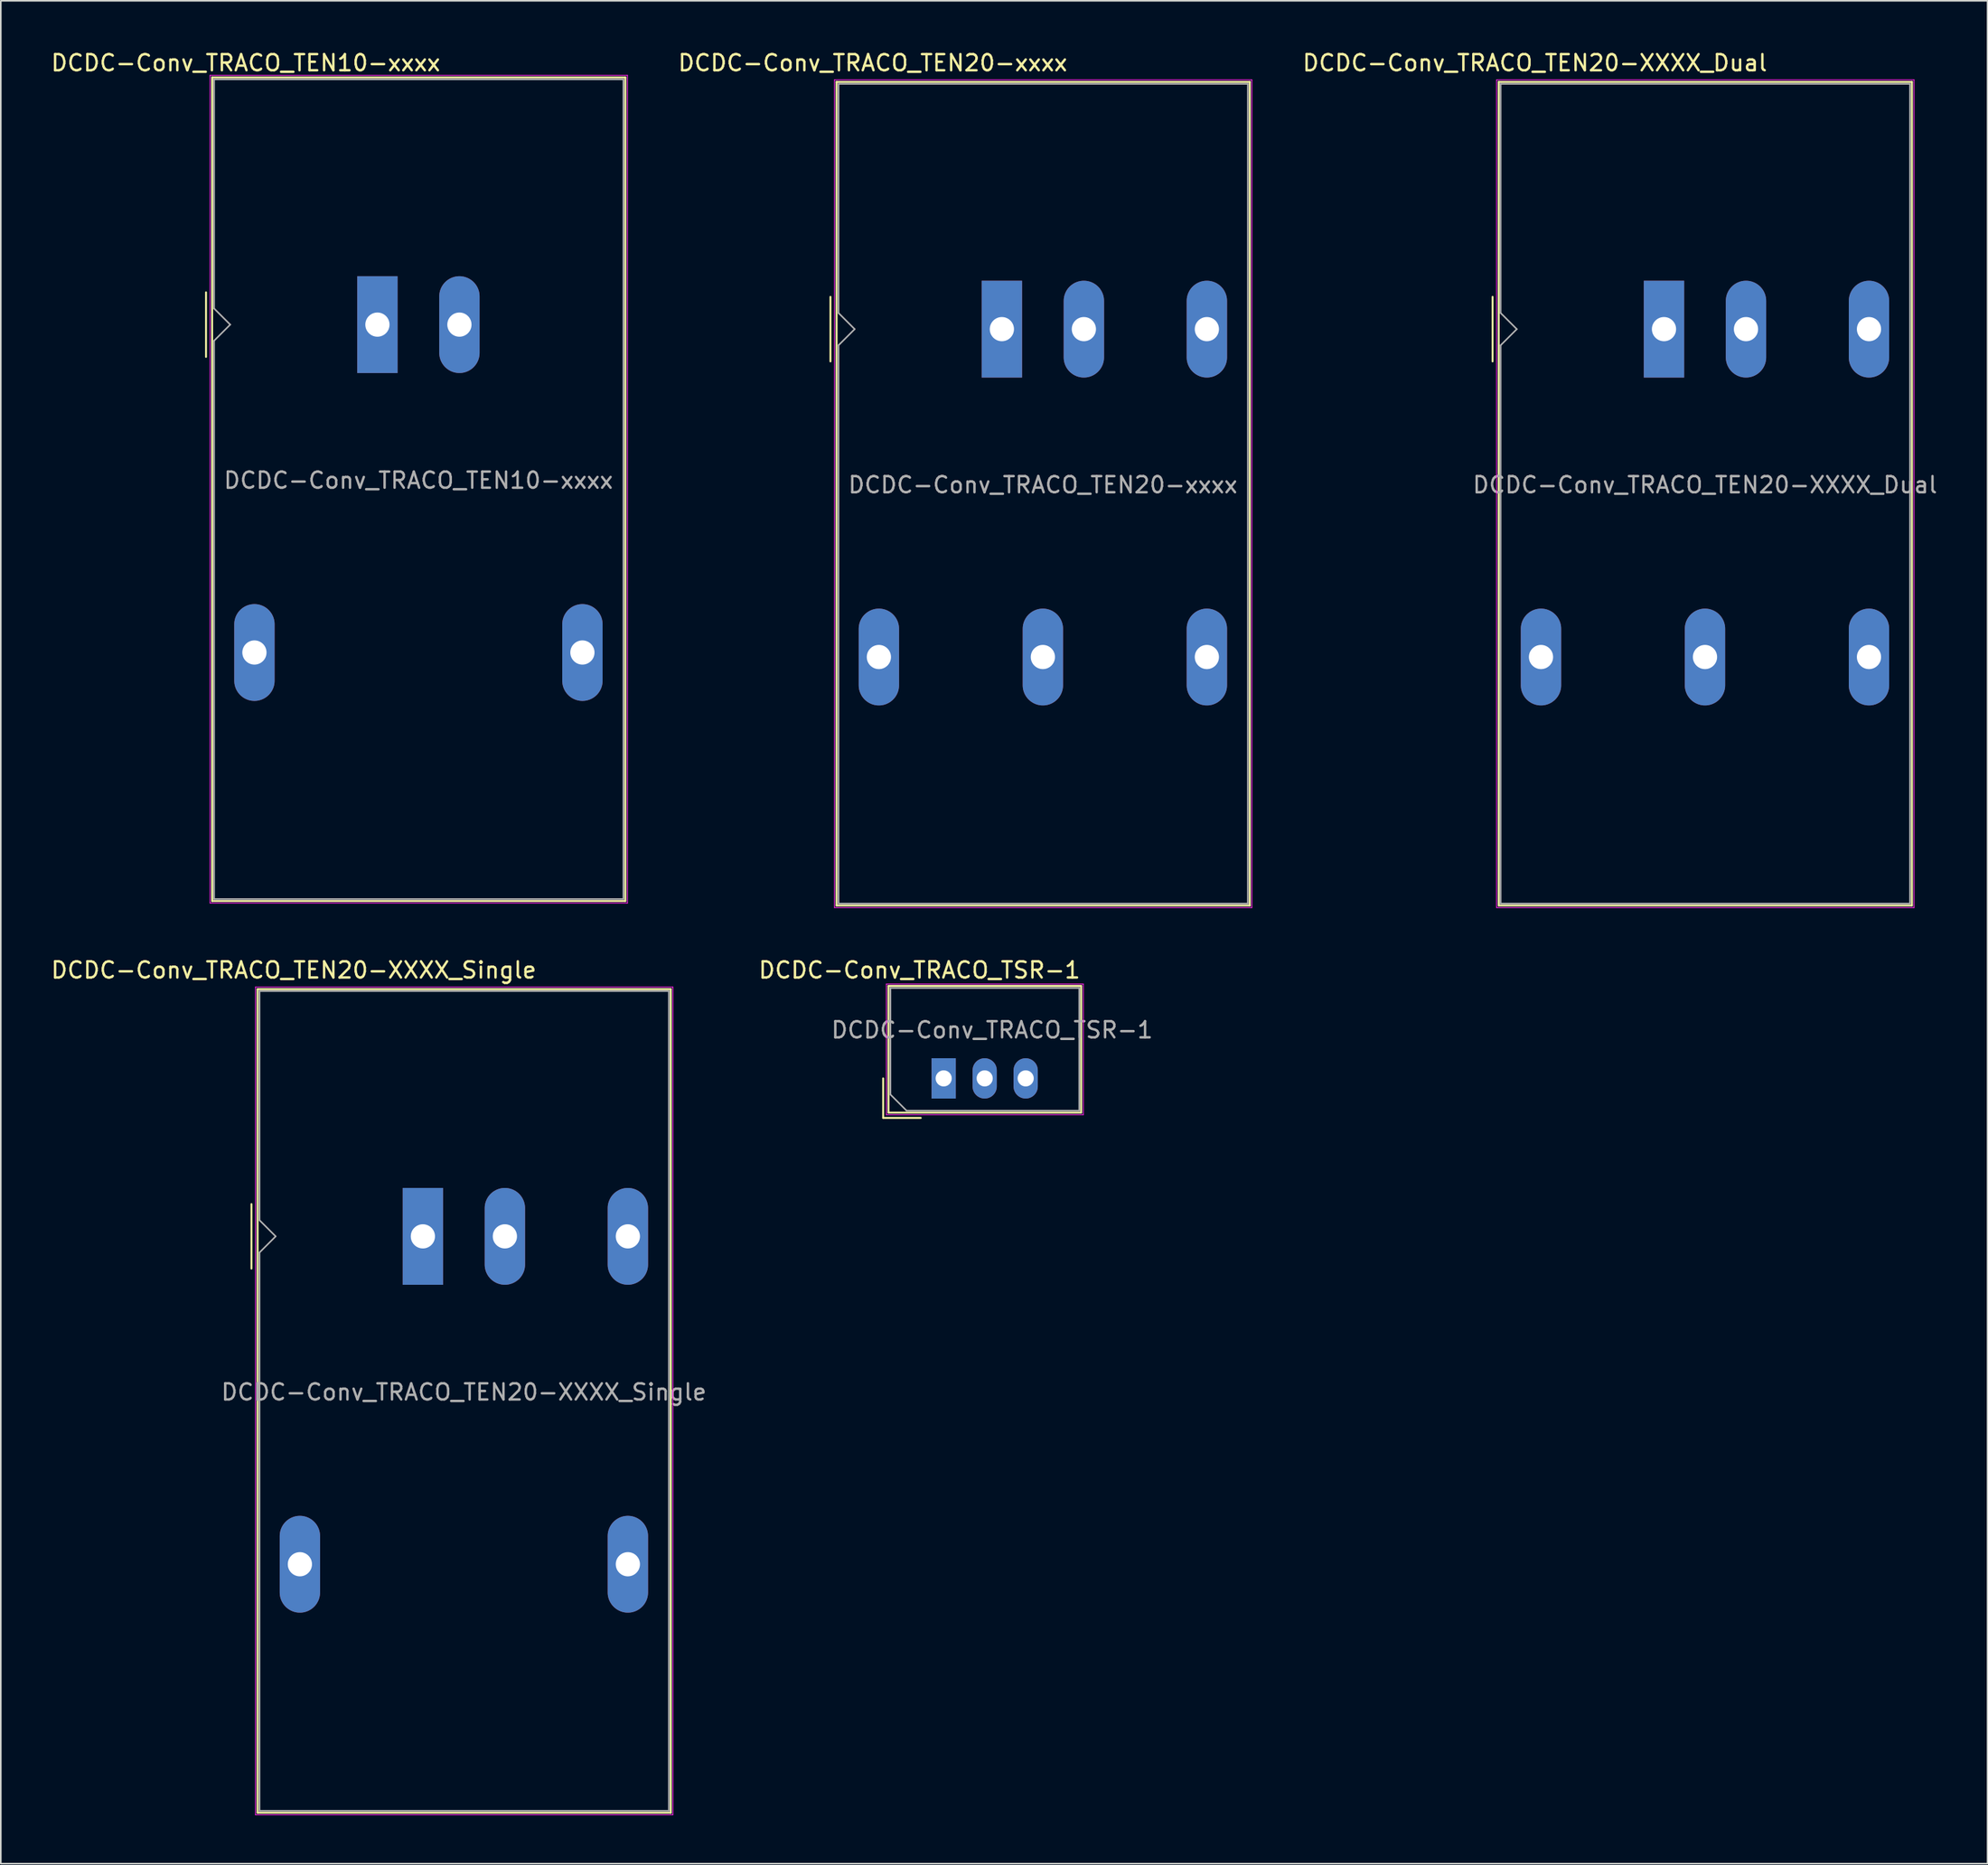
<source format=kicad_pcb>
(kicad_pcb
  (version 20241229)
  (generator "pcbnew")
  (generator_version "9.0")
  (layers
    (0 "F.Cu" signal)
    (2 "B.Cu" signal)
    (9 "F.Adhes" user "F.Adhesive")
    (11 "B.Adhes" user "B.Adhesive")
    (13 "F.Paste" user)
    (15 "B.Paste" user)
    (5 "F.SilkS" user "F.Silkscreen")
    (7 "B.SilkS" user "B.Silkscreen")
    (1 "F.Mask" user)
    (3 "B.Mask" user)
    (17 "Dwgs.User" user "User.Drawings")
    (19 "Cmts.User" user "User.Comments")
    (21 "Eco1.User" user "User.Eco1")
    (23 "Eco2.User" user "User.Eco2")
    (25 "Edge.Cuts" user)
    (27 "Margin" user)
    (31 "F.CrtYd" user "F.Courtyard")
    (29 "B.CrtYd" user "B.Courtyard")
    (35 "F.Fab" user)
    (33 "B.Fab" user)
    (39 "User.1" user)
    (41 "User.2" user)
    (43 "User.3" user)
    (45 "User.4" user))
  (footprint "DCDC-Conv_TRACO_TEN20-XXXX_Single"
    (layer "F.Cu")
    (at 23.149 73.572)
    (property "Reference" "DCDC-Conv_TRACO_TEN20-XXXX_Single" (at -8 -16.5 180) (layer "F.SilkS") (effects (font (size 1 1) (thickness 0.15))))
    (attr through_hole)
    (fp_line (start -10.62 -2) (end -10.62 2) (stroke (width 0.12) (type solid)) (layer "F.SilkS"))
    (fp_line (start -10.24 -15.32) (end 15.36 -15.32) (stroke (width 0.12) (type solid)) (layer "F.SilkS"))
    (fp_line (start -10.24 35.72) (end -10.24 -15.32) (stroke (width 0.12) (type solid)) (layer "F.SilkS"))
    (fp_line (start 15.36 -15.32) (end 15.36 35.72) (stroke (width 0.12) (type solid)) (layer "F.SilkS"))
    (fp_line (start 15.36 35.72) (end -10.24 35.72) (stroke (width 0.12) (type solid)) (layer "F.SilkS"))
    (fp_line (start -10.37 -15.45) (end 15.49 -15.45) (stroke (width 0.05) (type solid)) (layer "F.CrtYd"))
    (fp_line (start -10.37 35.85) (end -10.37 -15.45) (stroke (width 0.05) (type solid)) (layer "F.CrtYd"))
    (fp_line (start -10.37 35.85) (end 15.49 35.85) (stroke (width 0.05) (type solid)) (layer "F.CrtYd"))
    (fp_line (start 15.49 35.85) (end 15.49 -15.45) (stroke (width 0.05) (type solid)) (layer "F.CrtYd"))
    (fp_line (start -10.12 -1) (end -10.12 -15.2) (stroke (width 0.1) (type solid)) (layer "F.Fab"))
    (fp_line (start -10.12 1) (end -10.12 35.6) (stroke (width 0.1) (type solid)) (layer "F.Fab"))
    (fp_line (start -10.12 1) (end -9.12 0) (stroke (width 0.1) (type solid)) (layer "F.Fab"))
    (fp_line (start -10.12 35.6) (end 15.24 35.6) (stroke (width 0.1) (type solid)) (layer "F.Fab"))
    (fp_line (start -9.12 0) (end -10.12 -1) (stroke (width 0.1) (type solid)) (layer "F.Fab"))
    (fp_line (start 15.24 -15.2) (end -10.12 -15.2) (stroke (width 0.1) (type solid)) (layer "F.Fab"))
    (fp_line (start 15.24 35.6) (end 15.24 -15.2) (stroke (width 0.1) (type solid)) (layer "F.Fab"))
    (fp_text user "${REFERENCE}" (at 2.54 9.652 0) (layer "F.Fab") (effects (font (size 1 1) (thickness 0.15))))
    (pad "1" thru_hole rect (at 0 0 90) (size 6 2.5) (drill 1.5) (layers "*.Cu" "*.Mask"))
    (pad "2" thru_hole oval (at 5.08 0 90) (size 6 2.5) (drill 1.5) (layers "*.Cu" "*.Mask"))
    (pad "3" thru_hole oval (at -7.62 20.32 90) (size 6 2.5) (drill 1.5) (layers "*.Cu" "*.Mask"))
    (pad "5" thru_hole oval (at 12.7 20.32 90) (size 6 2.5) (drill 1.5) (layers "*.Cu" "*.Mask"))
    (pad "6" thru_hole oval (at 12.7 0 90) (size 6 2.5) (drill 1.5) (layers "*.Cu" "*.Mask")))
  (footprint "DCDC-Conv_TRACO_TEN20-XXXX_Dual"
    (layer "F.Cu")
    (at 100.041 17.348)
    (property "Reference" "DCDC-Conv_TRACO_TEN20-XXXX_Dual" (at -8 -16.5 180) (layer "F.SilkS") (effects (font (size 1 1) (thickness 0.15))))
    (attr through_hole)
    (fp_line (start -10.62 -2) (end -10.62 2) (stroke (width 0.12) (type solid)) (layer "F.SilkS"))
    (fp_line (start -10.24 -15.32) (end 15.36 -15.32) (stroke (width 0.12) (type solid)) (layer "F.SilkS"))
    (fp_line (start -10.24 35.72) (end -10.24 -15.32) (stroke (width 0.12) (type solid)) (layer "F.SilkS"))
    (fp_line (start 15.36 -15.32) (end 15.36 35.72) (stroke (width 0.12) (type solid)) (layer "F.SilkS"))
    (fp_line (start 15.36 35.72) (end -10.24 35.72) (stroke (width 0.12) (type solid)) (layer "F.SilkS"))
    (fp_line (start -10.37 -15.45) (end 15.49 -15.45) (stroke (width 0.05) (type solid)) (layer "F.CrtYd"))
    (fp_line (start -10.37 35.85) (end -10.37 -15.45) (stroke (width 0.05) (type solid)) (layer "F.CrtYd"))
    (fp_line (start -10.37 35.85) (end 15.49 35.85) (stroke (width 0.05) (type solid)) (layer "F.CrtYd"))
    (fp_line (start 15.49 35.85) (end 15.49 -15.45) (stroke (width 0.05) (type solid)) (layer "F.CrtYd"))
    (fp_line (start -10.12 -1) (end -10.12 -15.2) (stroke (width 0.1) (type solid)) (layer "F.Fab"))
    (fp_line (start -10.12 1) (end -10.12 35.6) (stroke (width 0.1) (type solid)) (layer "F.Fab"))
    (fp_line (start -10.12 1) (end -9.12 0) (stroke (width 0.1) (type solid)) (layer "F.Fab"))
    (fp_line (start -10.12 35.6) (end 15.24 35.6) (stroke (width 0.1) (type solid)) (layer "F.Fab"))
    (fp_line (start -9.12 0) (end -10.12 -1) (stroke (width 0.1) (type solid)) (layer "F.Fab"))
    (fp_line (start 15.24 -15.2) (end -10.12 -15.2) (stroke (width 0.1) (type solid)) (layer "F.Fab"))
    (fp_line (start 15.24 35.6) (end 15.24 -15.2) (stroke (width 0.1) (type solid)) (layer "F.Fab"))
    (fp_text user "${REFERENCE}" (at 2.54 9.652 0) (layer "F.Fab") (effects (font (size 1 1) (thickness 0.15))))
    (pad "1" thru_hole rect (at 0 0 90) (size 6 2.5) (drill 1.5) (layers "*.Cu" "*.Mask"))
    (pad "2" thru_hole oval (at 5.08 0 90) (size 6 2.5) (drill 1.5) (layers "*.Cu" "*.Mask"))
    (pad "3" thru_hole oval (at -7.62 20.32 90) (size 6 2.5) (drill 1.5) (layers "*.Cu" "*.Mask"))
    (pad "4" thru_hole oval (at 2.54 20.32 90) (size 6 2.5) (drill 1.5) (layers "*.Cu" "*.Mask"))
    (pad "5" thru_hole oval (at 12.7 20.32 90) (size 6 2.5) (drill 1.5) (layers "*.Cu" "*.Mask"))
    (pad "6" thru_hole oval (at 12.7 0 90) (size 6 2.5) (drill 1.5) (layers "*.Cu" "*.Mask")))
  (footprint "DCDC-Conv_TRACO_TEN10-xxxx"
    (layer "F.Cu")
    (at 20.333 17.068)
    (property "Reference" "DCDC-Conv_TRACO_TEN10-xxxx" (at -8.16 -16.22 180) (layer "F.SilkS") (effects (font (size 1 1) (thickness 0.15))))
    (attr through_hole)
    (fp_line (start -10.62 -2) (end -10.62 2) (stroke (width 0.12) (type solid)) (layer "F.SilkS"))
    (fp_line (start -10.24 -15.32) (end 15.36 -15.32) (stroke (width 0.12) (type solid)) (layer "F.SilkS"))
    (fp_line (start -10.24 35.72) (end -10.24 -15.32) (stroke (width 0.12) (type solid)) (layer "F.SilkS"))
    (fp_line (start 15.36 -15.32) (end 15.36 35.72) (stroke (width 0.12) (type solid)) (layer "F.SilkS"))
    (fp_line (start 15.36 35.72) (end -10.24 35.72) (stroke (width 0.12) (type solid)) (layer "F.SilkS"))
    (fp_line (start -10.37 -15.45) (end 15.49 -15.45) (stroke (width 0.05) (type solid)) (layer "F.CrtYd"))
    (fp_line (start -10.37 35.85) (end -10.37 -15.45) (stroke (width 0.05) (type solid)) (layer "F.CrtYd"))
    (fp_line (start -10.37 35.85) (end 15.49 35.85) (stroke (width 0.05) (type solid)) (layer "F.CrtYd"))
    (fp_line (start 15.49 35.85) (end 15.49 -15.45) (stroke (width 0.05) (type solid)) (layer "F.CrtYd"))
    (fp_line (start -10.12 -1) (end -10.12 -15.2) (stroke (width 0.1) (type solid)) (layer "F.Fab"))
    (fp_line (start -10.12 1) (end -10.12 35.6) (stroke (width 0.1) (type solid)) (layer "F.Fab"))
    (fp_line (start -10.12 1) (end -9.12 0) (stroke (width 0.1) (type solid)) (layer "F.Fab"))
    (fp_line (start -10.12 35.6) (end 15.24 35.6) (stroke (width 0.1) (type solid)) (layer "F.Fab"))
    (fp_line (start -9.12 0) (end -10.12 -1) (stroke (width 0.1) (type solid)) (layer "F.Fab"))
    (fp_line (start 15.24 -15.2) (end -10.12 -15.2) (stroke (width 0.1) (type solid)) (layer "F.Fab"))
    (fp_line (start 15.24 35.6) (end 15.24 -15.2) (stroke (width 0.1) (type solid)) (layer "F.Fab"))
    (fp_text user "${REFERENCE}" (at 2.54 9.652 0) (layer "F.Fab") (effects (font (size 1 1) (thickness 0.15))))
    (pad "1" thru_hole rect (at 0 0 90) (size 6 2.5) (drill 1.5) (layers "*.Cu" "*.Mask"))
    (pad "2" thru_hole oval (at 5.08 0 90) (size 6 2.5) (drill 1.5) (layers "*.Cu" "*.Mask"))
    (pad "3" thru_hole oval (at -7.62 20.32 90) (size 6 2.5) (drill 1.5) (layers "*.Cu" "*.Mask"))
    (pad "5" thru_hole oval (at 12.7 20.32 90) (size 6 2.5) (drill 1.5) (layers "*.Cu" "*.Mask")))
  (footprint "DCDC-Conv_TRACO_TSR-1"
    (layer "F.Cu")
    (at 55.415 63.782)
    (property "Reference" "DCDC-Conv_TRACO_TSR-1" (at -1.5 -6.71 0) (layer "F.SilkS") (effects (font (size 1 1) (thickness 0.15))))
    (attr through_hole)
    (fp_line (start -3.75 0) (end -3.75 2.45) (stroke (width 0.12) (type solid)) (layer "F.SilkS"))
    (fp_line (start -3.75 2.45) (end -1.42 2.45) (stroke (width 0.12) (type solid)) (layer "F.SilkS"))
    (fp_line (start -3.42 -5.73) (end 8.52 -5.73) (stroke (width 0.12) (type solid)) (layer "F.SilkS"))
    (fp_line (start -3.42 2.12) (end -3.42 -5.73) (stroke (width 0.12) (type solid)) (layer "F.SilkS"))
    (fp_line (start 8.52 -5.73) (end 8.52 2.12) (stroke (width 0.12) (type solid)) (layer "F.SilkS"))
    (fp_line (start 8.52 2.12) (end -3.42 2.12) (stroke (width 0.12) (type solid)) (layer "F.SilkS"))
    (fp_line (start -3.55 -5.85) (end 8.65 -5.85) (stroke (width 0.05) (type solid)) (layer "F.CrtYd"))
    (fp_line (start -3.55 2.25) (end -3.55 -5.85) (stroke (width 0.05) (type solid)) (layer "F.CrtYd"))
    (fp_line (start 8.65 -5.85) (end 8.65 2.25) (stroke (width 0.05) (type solid)) (layer "F.CrtYd"))
    (fp_line (start 8.65 2.25) (end -3.55 2.25) (stroke (width 0.05) (type solid)) (layer "F.CrtYd"))
    (fp_line (start -3.3 -5.6) (end 8.4 -5.6) (stroke (width 0.1) (type solid)) (layer "F.Fab"))
    (fp_line (start -3.3 1) (end -3.3 -5.6) (stroke (width 0.1) (type solid)) (layer "F.Fab"))
    (fp_line (start -3.3 1) (end -2.3 2) (stroke (width 0.1) (type solid)) (layer "F.Fab"))
    (fp_line (start -2.3 2) (end 8.4 2) (stroke (width 0.1) (type solid)) (layer "F.Fab"))
    (fp_line (start 8.4 2) (end 8.4 -5.6) (stroke (width 0.1) (type solid)) (layer "F.Fab"))
    (fp_text user "${REFERENCE}" (at 3 -3 0) (layer "F.Fab") (effects (font (size 1 1) (thickness 0.15))))
    (pad "1" thru_hole rect (at 0 0) (size 1.5 2.5) (drill 1) (layers "*.Cu" "*.Mask"))
    (pad "2" thru_hole oval (at 2.54 0) (size 1.5 2.5) (drill 1) (layers "*.Cu" "*.Mask"))
    (pad "3" thru_hole oval (at 5.08 0) (size 1.5 2.5) (drill 1) (layers "*.Cu" "*.Mask")))
  (footprint "DCDC-Conv_TRACO_TEN20-xxxx"
    (layer "F.Cu")
    (at 59.02 17.348)
    (property "Reference" "DCDC-Conv_TRACO_TEN20-xxxx" (at -8 -16.5 180) (layer "F.SilkS") (effects (font (size 1 1) (thickness 0.15))))
    (attr through_hole)
    (fp_line (start -10.62 -2) (end -10.62 2) (stroke (width 0.12) (type solid)) (layer "F.SilkS"))
    (fp_line (start -10.24 -15.32) (end 15.36 -15.32) (stroke (width 0.12) (type solid)) (layer "F.SilkS"))
    (fp_line (start -10.24 35.72) (end -10.24 -15.32) (stroke (width 0.12) (type solid)) (layer "F.SilkS"))
    (fp_line (start 15.36 -15.32) (end 15.36 35.72) (stroke (width 0.12) (type solid)) (layer "F.SilkS"))
    (fp_line (start 15.36 35.72) (end -10.24 35.72) (stroke (width 0.12) (type solid)) (layer "F.SilkS"))
    (fp_line (start -10.37 -15.45) (end 15.49 -15.45) (stroke (width 0.05) (type solid)) (layer "F.CrtYd"))
    (fp_line (start -10.37 35.85) (end -10.37 -15.45) (stroke (width 0.05) (type solid)) (layer "F.CrtYd"))
    (fp_line (start -10.37 35.85) (end 15.49 35.85) (stroke (width 0.05) (type solid)) (layer "F.CrtYd"))
    (fp_line (start 15.49 35.85) (end 15.49 -15.45) (stroke (width 0.05) (type solid)) (layer "F.CrtYd"))
    (fp_line (start -10.12 -1) (end -10.12 -15.2) (stroke (width 0.1) (type solid)) (layer "F.Fab"))
    (fp_line (start -10.12 1) (end -10.12 35.6) (stroke (width 0.1) (type solid)) (layer "F.Fab"))
    (fp_line (start -10.12 1) (end -9.12 0) (stroke (width 0.1) (type solid)) (layer "F.Fab"))
    (fp_line (start -10.12 35.6) (end 15.24 35.6) (stroke (width 0.1) (type solid)) (layer "F.Fab"))
    (fp_line (start -9.12 0) (end -10.12 -1) (stroke (width 0.1) (type solid)) (layer "F.Fab"))
    (fp_line (start 15.24 -15.2) (end -10.12 -15.2) (stroke (width 0.1) (type solid)) (layer "F.Fab"))
    (fp_line (start 15.24 35.6) (end 15.24 -15.2) (stroke (width 0.1) (type solid)) (layer "F.Fab"))
    (fp_text user "${REFERENCE}" (at 2.54 9.652 0) (layer "F.Fab") (effects (font (size 1 1) (thickness 0.15))))
    (pad "1" thru_hole rect (at 0 0 90) (size 6 2.5) (drill 1.5) (layers "*.Cu" "*.Mask"))
    (pad "2" thru_hole oval (at 5.08 0 90) (size 6 2.5) (drill 1.5) (layers "*.Cu" "*.Mask"))
    (pad "3" thru_hole oval (at -7.62 20.32 90) (size 6 2.5) (drill 1.5) (layers "*.Cu" "*.Mask"))
    (pad "4" thru_hole oval (at 2.54 20.32 90) (size 6 2.5) (drill 1.5) (layers "*.Cu" "*.Mask"))
    (pad "5" thru_hole oval (at 12.7 20.32 90) (size 6 2.5) (drill 1.5) (layers "*.Cu" "*.Mask"))
    (pad "6" thru_hole oval (at 12.7 0 90) (size 6 2.5) (drill 1.5) (layers "*.Cu" "*.Mask")))
  (gr_rect
    (start -3 -3)
    (end 120.087 112.447)
    (stroke (width 0.1) (type default))
    (fill no)
    (layer "Edge.Cuts")))
</source>
